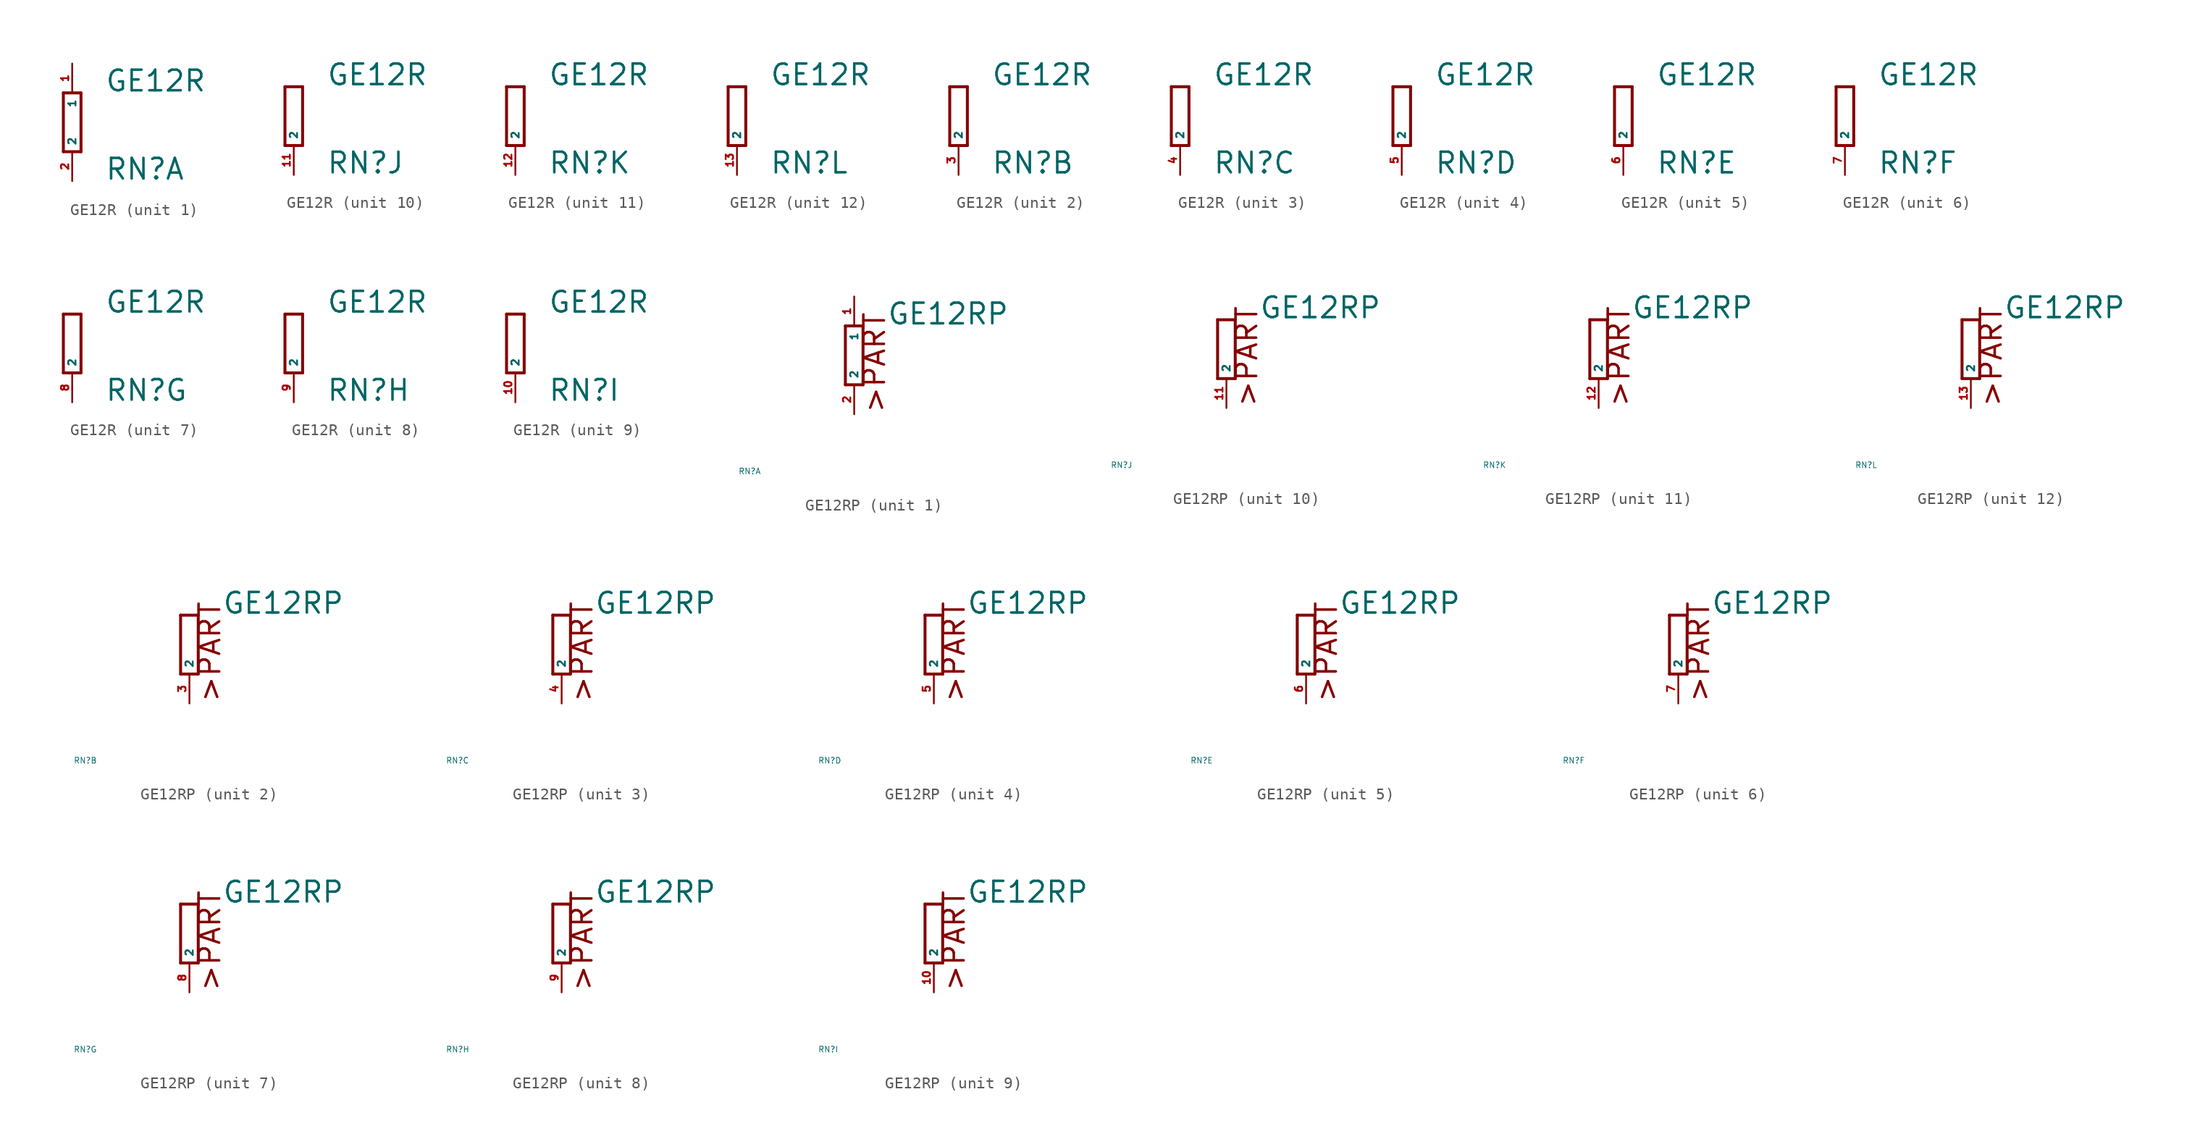
<source format=kicad_sym>
(kicad_symbol_lib
  (version 20220914)
  (generator Eagle2Kicad)
  (symbol "GE12R"
    (property "Reference" "RN"
      (at 2.794 -5.08 0)
      (effects (font (size 1.778 1.778) (thickness 0.22)) (justify left bottom)))
    (property "Value" "GE12R"
      (at 2.794 2.54 0)
      (effects (font (size 1.778 1.778) (thickness 0.22)) (justify left bottom)))
    (symbol "GE12R_1_0"
      (polyline (pts (xy 0.762 -2.54) (xy 0.762 2.54)) (stroke (width 0.254) (type default)) (fill (type none)))
      (polyline (pts (xy -0.762 2.54) (xy -0.762 -2.54)) (stroke (width 0.254) (type default)) (fill (type none)))
      (polyline (pts (xy 0.762 2.54) (xy -0.762 2.54)) (stroke (width 0.254) (type default)) (fill (type none)))
      (polyline (pts (xy -0.762 -2.54) (xy 0.762 -2.54)) (stroke (width 0.254) (type default)) (fill (type none)))
      (pin passive line (at 0 5.08 270) (length 2.54) (name "1" (effects (font (size 0.635 0.635) (thickness 0.08)) (justify left bottom))) (number "1" (effects (font (size 0.635 0.635) (thickness 0.08)) (justify left bottom))))
      (pin passive line (at 0 -5.08 90) (length 2.54) (name "2" (effects (font (size 0.635 0.635) (thickness 0.08)) (justify left bottom))) (number "2" (effects (font (size 0.635 0.635) (thickness 0.08)) (justify left bottom)))))
    (symbol "GE12R_2_0"
      (polyline (pts (xy -0.762 2.54) (xy -0.762 -2.54)) (stroke (width 0.254) (type default)) (fill (type none)))
      (polyline (pts (xy 0.762 -2.54) (xy 0.762 2.54)) (stroke (width 0.254) (type default)) (fill (type none)))
      (polyline (pts (xy -0.762 -2.54) (xy 0.762 -2.54)) (stroke (width 0.254) (type default)) (fill (type none)))
      (polyline (pts (xy 0.762 2.54) (xy -0.762 2.54)) (stroke (width 0.254) (type default)) (fill (type none)))
      (pin passive line (at 0 -5.08 90) (length 2.54) (name "2" (effects (font (size 0.635 0.635) (thickness 0.08)) (justify left bottom))) (number "3" (effects (font (size 0.635 0.635) (thickness 0.08)) (justify left bottom)))))
    (symbol "GE12R_3_0"
      (polyline (pts (xy -0.762 2.54) (xy -0.762 -2.54)) (stroke (width 0.254) (type default)) (fill (type none)))
      (polyline (pts (xy 0.762 -2.54) (xy 0.762 2.54)) (stroke (width 0.254) (type default)) (fill (type none)))
      (polyline (pts (xy -0.762 -2.54) (xy 0.762 -2.54)) (stroke (width 0.254) (type default)) (fill (type none)))
      (polyline (pts (xy 0.762 2.54) (xy -0.762 2.54)) (stroke (width 0.254) (type default)) (fill (type none)))
      (pin passive line (at 0 -5.08 90) (length 2.54) (name "2" (effects (font (size 0.635 0.635) (thickness 0.08)) (justify left bottom))) (number "4" (effects (font (size 0.635 0.635) (thickness 0.08)) (justify left bottom)))))
    (symbol "GE12R_4_0"
      (polyline (pts (xy -0.762 2.54) (xy -0.762 -2.54)) (stroke (width 0.254) (type default)) (fill (type none)))
      (polyline (pts (xy 0.762 -2.54) (xy 0.762 2.54)) (stroke (width 0.254) (type default)) (fill (type none)))
      (polyline (pts (xy -0.762 -2.54) (xy 0.762 -2.54)) (stroke (width 0.254) (type default)) (fill (type none)))
      (polyline (pts (xy 0.762 2.54) (xy -0.762 2.54)) (stroke (width 0.254) (type default)) (fill (type none)))
      (pin passive line (at 0 -5.08 90) (length 2.54) (name "2" (effects (font (size 0.635 0.635) (thickness 0.08)) (justify left bottom))) (number "5" (effects (font (size 0.635 0.635) (thickness 0.08)) (justify left bottom)))))
    (symbol "GE12R_5_0"
      (polyline (pts (xy -0.762 2.54) (xy -0.762 -2.54)) (stroke (width 0.254) (type default)) (fill (type none)))
      (polyline (pts (xy 0.762 -2.54) (xy 0.762 2.54)) (stroke (width 0.254) (type default)) (fill (type none)))
      (polyline (pts (xy -0.762 -2.54) (xy 0.762 -2.54)) (stroke (width 0.254) (type default)) (fill (type none)))
      (polyline (pts (xy 0.762 2.54) (xy -0.762 2.54)) (stroke (width 0.254) (type default)) (fill (type none)))
      (pin passive line (at 0 -5.08 90) (length 2.54) (name "2" (effects (font (size 0.635 0.635) (thickness 0.08)) (justify left bottom))) (number "6" (effects (font (size 0.635 0.635) (thickness 0.08)) (justify left bottom)))))
    (symbol "GE12R_6_0"
      (polyline (pts (xy -0.762 2.54) (xy -0.762 -2.54)) (stroke (width 0.254) (type default)) (fill (type none)))
      (polyline (pts (xy 0.762 -2.54) (xy 0.762 2.54)) (stroke (width 0.254) (type default)) (fill (type none)))
      (polyline (pts (xy -0.762 -2.54) (xy 0.762 -2.54)) (stroke (width 0.254) (type default)) (fill (type none)))
      (polyline (pts (xy 0.762 2.54) (xy -0.762 2.54)) (stroke (width 0.254) (type default)) (fill (type none)))
      (pin passive line (at 0 -5.08 90) (length 2.54) (name "2" (effects (font (size 0.635 0.635) (thickness 0.08)) (justify left bottom))) (number "7" (effects (font (size 0.635 0.635) (thickness 0.08)) (justify left bottom)))))
    (symbol "GE12R_7_0"
      (polyline (pts (xy -0.762 2.54) (xy -0.762 -2.54)) (stroke (width 0.254) (type default)) (fill (type none)))
      (polyline (pts (xy 0.762 -2.54) (xy 0.762 2.54)) (stroke (width 0.254) (type default)) (fill (type none)))
      (polyline (pts (xy -0.762 -2.54) (xy 0.762 -2.54)) (stroke (width 0.254) (type default)) (fill (type none)))
      (polyline (pts (xy 0.762 2.54) (xy -0.762 2.54)) (stroke (width 0.254) (type default)) (fill (type none)))
      (pin passive line (at 0 -5.08 90) (length 2.54) (name "2" (effects (font (size 0.635 0.635) (thickness 0.08)) (justify left bottom))) (number "8" (effects (font (size 0.635 0.635) (thickness 0.08)) (justify left bottom)))))
    (symbol "GE12R_8_0"
      (polyline (pts (xy -0.762 2.54) (xy -0.762 -2.54)) (stroke (width 0.254) (type default)) (fill (type none)))
      (polyline (pts (xy 0.762 -2.54) (xy 0.762 2.54)) (stroke (width 0.254) (type default)) (fill (type none)))
      (polyline (pts (xy -0.762 -2.54) (xy 0.762 -2.54)) (stroke (width 0.254) (type default)) (fill (type none)))
      (polyline (pts (xy 0.762 2.54) (xy -0.762 2.54)) (stroke (width 0.254) (type default)) (fill (type none)))
      (pin passive line (at 0 -5.08 90) (length 2.54) (name "2" (effects (font (size 0.635 0.635) (thickness 0.08)) (justify left bottom))) (number "9" (effects (font (size 0.635 0.635) (thickness 0.08)) (justify left bottom)))))
    (symbol "GE12R_9_0"
      (polyline (pts (xy -0.762 2.54) (xy -0.762 -2.54)) (stroke (width 0.254) (type default)) (fill (type none)))
      (polyline (pts (xy 0.762 -2.54) (xy 0.762 2.54)) (stroke (width 0.254) (type default)) (fill (type none)))
      (polyline (pts (xy -0.762 -2.54) (xy 0.762 -2.54)) (stroke (width 0.254) (type default)) (fill (type none)))
      (polyline (pts (xy 0.762 2.54) (xy -0.762 2.54)) (stroke (width 0.254) (type default)) (fill (type none)))
      (pin passive line (at 0 -5.08 90) (length 2.54) (name "2" (effects (font (size 0.635 0.635) (thickness 0.08)) (justify left bottom))) (number "10" (effects (font (size 0.635 0.635) (thickness 0.08)) (justify left bottom)))))
    (symbol "GE12R_10_0"
      (polyline (pts (xy -0.762 2.54) (xy -0.762 -2.54)) (stroke (width 0.254) (type default)) (fill (type none)))
      (polyline (pts (xy 0.762 -2.54) (xy 0.762 2.54)) (stroke (width 0.254) (type default)) (fill (type none)))
      (polyline (pts (xy -0.762 -2.54) (xy 0.762 -2.54)) (stroke (width 0.254) (type default)) (fill (type none)))
      (polyline (pts (xy 0.762 2.54) (xy -0.762 2.54)) (stroke (width 0.254) (type default)) (fill (type none)))
      (pin passive line (at 0 -5.08 90) (length 2.54) (name "2" (effects (font (size 0.635 0.635) (thickness 0.08)) (justify left bottom))) (number "11" (effects (font (size 0.635 0.635) (thickness 0.08)) (justify left bottom)))))
    (symbol "GE12R_11_0"
      (polyline (pts (xy -0.762 2.54) (xy -0.762 -2.54)) (stroke (width 0.254) (type default)) (fill (type none)))
      (polyline (pts (xy 0.762 -2.54) (xy 0.762 2.54)) (stroke (width 0.254) (type default)) (fill (type none)))
      (polyline (pts (xy -0.762 -2.54) (xy 0.762 -2.54)) (stroke (width 0.254) (type default)) (fill (type none)))
      (polyline (pts (xy 0.762 2.54) (xy -0.762 2.54)) (stroke (width 0.254) (type default)) (fill (type none)))
      (pin passive line (at 0 -5.08 90) (length 2.54) (name "2" (effects (font (size 0.635 0.635) (thickness 0.08)) (justify left bottom))) (number "12" (effects (font (size 0.635 0.635) (thickness 0.08)) (justify left bottom)))))
    (symbol "GE12R_12_0"
      (polyline (pts (xy -0.762 2.54) (xy -0.762 -2.54)) (stroke (width 0.254) (type default)) (fill (type none)))
      (polyline (pts (xy 0.762 -2.54) (xy 0.762 2.54)) (stroke (width 0.254) (type default)) (fill (type none)))
      (polyline (pts (xy -0.762 -2.54) (xy 0.762 -2.54)) (stroke (width 0.254) (type default)) (fill (type none)))
      (polyline (pts (xy 0.762 2.54) (xy -0.762 2.54)) (stroke (width 0.254) (type default)) (fill (type none)))
      (pin passive line (at 0 -5.08 90) (length 2.54) (name "2" (effects (font (size 0.635 0.635) (thickness 0.08)) (justify left bottom))) (number "13" (effects (font (size 0.635 0.635) (thickness 0.08)) (justify left bottom))))))
  (symbol "GE12RP"
    (property "Reference" "RN"
      (at -10 -10 0)
      (effects (font (size 0.5 0.5) (thickness 0.06)) (justify left)))
    (property "Value" "GE12RP"
      (at 2.794 2.54 0)
      (effects (font (size 1.778 1.778) (thickness 0.22)) (justify left bottom)))
    (symbol "GE12RP_1_0"
      (polyline (pts (xy 0.762 -2.54) (xy 0.762 2.54)) (stroke (width 0.254) (type default)) (fill (type none)))
      (polyline (pts (xy -0.762 2.54) (xy -0.762 -2.54)) (stroke (width 0.254) (type default)) (fill (type none)))
      (polyline (pts (xy 0.762 2.54) (xy -0.762 2.54)) (stroke (width 0.254) (type default)) (fill (type none)))
      (polyline (pts (xy -0.762 -2.54) (xy 0.762 -2.54)) (stroke (width 0.254) (type default)) (fill (type none)))
      (text ">PART" (at 2.794 -5.08 900) (effects (font (size 1.778 1.778) (thickness 0.22)) (justify left bottom)))
      (pin passive line (at 0 5.08 270) (length 2.54) (name "1" (effects (font (size 0.635 0.635) (thickness 0.08)) (justify left bottom))) (number "1" (effects (font (size 0.635 0.635) (thickness 0.08)) (justify left bottom))))
      (pin passive line (at 0 -5.08 90) (length 2.54) (name "2" (effects (font (size 0.635 0.635) (thickness 0.08)) (justify left bottom))) (number "2" (effects (font (size 0.635 0.635) (thickness 0.08)) (justify left bottom)))))
    (symbol "GE12RP_2_0"
      (polyline (pts (xy -0.762 2.54) (xy -0.762 -2.54)) (stroke (width 0.254) (type default)) (fill (type none)))
      (polyline (pts (xy 0.762 -2.54) (xy 0.762 2.54)) (stroke (width 0.254) (type default)) (fill (type none)))
      (polyline (pts (xy -0.762 -2.54) (xy 0.762 -2.54)) (stroke (width 0.254) (type default)) (fill (type none)))
      (polyline (pts (xy 0.762 2.54) (xy -0.762 2.54)) (stroke (width 0.254) (type default)) (fill (type none)))
      (text ">PART" (at 2.794 -5.08 900) (effects (font (size 1.778 1.778) (thickness 0.22)) (justify left bottom)))
      (pin passive line (at 0 -5.08 90) (length 2.54) (name "2" (effects (font (size 0.635 0.635) (thickness 0.08)) (justify left bottom))) (number "3" (effects (font (size 0.635 0.635) (thickness 0.08)) (justify left bottom)))))
    (symbol "GE12RP_3_0"
      (polyline (pts (xy -0.762 2.54) (xy -0.762 -2.54)) (stroke (width 0.254) (type default)) (fill (type none)))
      (polyline (pts (xy 0.762 -2.54) (xy 0.762 2.54)) (stroke (width 0.254) (type default)) (fill (type none)))
      (polyline (pts (xy -0.762 -2.54) (xy 0.762 -2.54)) (stroke (width 0.254) (type default)) (fill (type none)))
      (polyline (pts (xy 0.762 2.54) (xy -0.762 2.54)) (stroke (width 0.254) (type default)) (fill (type none)))
      (text ">PART" (at 2.794 -5.08 900) (effects (font (size 1.778 1.778) (thickness 0.22)) (justify left bottom)))
      (pin passive line (at 0 -5.08 90) (length 2.54) (name "2" (effects (font (size 0.635 0.635) (thickness 0.08)) (justify left bottom))) (number "4" (effects (font (size 0.635 0.635) (thickness 0.08)) (justify left bottom)))))
    (symbol "GE12RP_4_0"
      (polyline (pts (xy -0.762 2.54) (xy -0.762 -2.54)) (stroke (width 0.254) (type default)) (fill (type none)))
      (polyline (pts (xy 0.762 -2.54) (xy 0.762 2.54)) (stroke (width 0.254) (type default)) (fill (type none)))
      (polyline (pts (xy -0.762 -2.54) (xy 0.762 -2.54)) (stroke (width 0.254) (type default)) (fill (type none)))
      (polyline (pts (xy 0.762 2.54) (xy -0.762 2.54)) (stroke (width 0.254) (type default)) (fill (type none)))
      (text ">PART" (at 2.794 -5.08 900) (effects (font (size 1.778 1.778) (thickness 0.22)) (justify left bottom)))
      (pin passive line (at 0 -5.08 90) (length 2.54) (name "2" (effects (font (size 0.635 0.635) (thickness 0.08)) (justify left bottom))) (number "5" (effects (font (size 0.635 0.635) (thickness 0.08)) (justify left bottom)))))
    (symbol "GE12RP_5_0"
      (polyline (pts (xy -0.762 2.54) (xy -0.762 -2.54)) (stroke (width 0.254) (type default)) (fill (type none)))
      (polyline (pts (xy 0.762 -2.54) (xy 0.762 2.54)) (stroke (width 0.254) (type default)) (fill (type none)))
      (polyline (pts (xy -0.762 -2.54) (xy 0.762 -2.54)) (stroke (width 0.254) (type default)) (fill (type none)))
      (polyline (pts (xy 0.762 2.54) (xy -0.762 2.54)) (stroke (width 0.254) (type default)) (fill (type none)))
      (text ">PART" (at 2.794 -5.08 900) (effects (font (size 1.778 1.778) (thickness 0.22)) (justify left bottom)))
      (pin passive line (at 0 -5.08 90) (length 2.54) (name "2" (effects (font (size 0.635 0.635) (thickness 0.08)) (justify left bottom))) (number "6" (effects (font (size 0.635 0.635) (thickness 0.08)) (justify left bottom)))))
    (symbol "GE12RP_6_0"
      (polyline (pts (xy -0.762 2.54) (xy -0.762 -2.54)) (stroke (width 0.254) (type default)) (fill (type none)))
      (polyline (pts (xy 0.762 -2.54) (xy 0.762 2.54)) (stroke (width 0.254) (type default)) (fill (type none)))
      (polyline (pts (xy -0.762 -2.54) (xy 0.762 -2.54)) (stroke (width 0.254) (type default)) (fill (type none)))
      (polyline (pts (xy 0.762 2.54) (xy -0.762 2.54)) (stroke (width 0.254) (type default)) (fill (type none)))
      (text ">PART" (at 2.794 -5.08 900) (effects (font (size 1.778 1.778) (thickness 0.22)) (justify left bottom)))
      (pin passive line (at 0 -5.08 90) (length 2.54) (name "2" (effects (font (size 0.635 0.635) (thickness 0.08)) (justify left bottom))) (number "7" (effects (font (size 0.635 0.635) (thickness 0.08)) (justify left bottom)))))
    (symbol "GE12RP_7_0"
      (polyline (pts (xy -0.762 2.54) (xy -0.762 -2.54)) (stroke (width 0.254) (type default)) (fill (type none)))
      (polyline (pts (xy 0.762 -2.54) (xy 0.762 2.54)) (stroke (width 0.254) (type default)) (fill (type none)))
      (polyline (pts (xy -0.762 -2.54) (xy 0.762 -2.54)) (stroke (width 0.254) (type default)) (fill (type none)))
      (polyline (pts (xy 0.762 2.54) (xy -0.762 2.54)) (stroke (width 0.254) (type default)) (fill (type none)))
      (text ">PART" (at 2.794 -5.08 900) (effects (font (size 1.778 1.778) (thickness 0.22)) (justify left bottom)))
      (pin passive line (at 0 -5.08 90) (length 2.54) (name "2" (effects (font (size 0.635 0.635) (thickness 0.08)) (justify left bottom))) (number "8" (effects (font (size 0.635 0.635) (thickness 0.08)) (justify left bottom)))))
    (symbol "GE12RP_8_0"
      (polyline (pts (xy -0.762 2.54) (xy -0.762 -2.54)) (stroke (width 0.254) (type default)) (fill (type none)))
      (polyline (pts (xy 0.762 -2.54) (xy 0.762 2.54)) (stroke (width 0.254) (type default)) (fill (type none)))
      (polyline (pts (xy -0.762 -2.54) (xy 0.762 -2.54)) (stroke (width 0.254) (type default)) (fill (type none)))
      (polyline (pts (xy 0.762 2.54) (xy -0.762 2.54)) (stroke (width 0.254) (type default)) (fill (type none)))
      (text ">PART" (at 2.794 -5.08 900) (effects (font (size 1.778 1.778) (thickness 0.22)) (justify left bottom)))
      (pin passive line (at 0 -5.08 90) (length 2.54) (name "2" (effects (font (size 0.635 0.635) (thickness 0.08)) (justify left bottom))) (number "9" (effects (font (size 0.635 0.635) (thickness 0.08)) (justify left bottom)))))
    (symbol "GE12RP_9_0"
      (polyline (pts (xy -0.762 2.54) (xy -0.762 -2.54)) (stroke (width 0.254) (type default)) (fill (type none)))
      (polyline (pts (xy 0.762 -2.54) (xy 0.762 2.54)) (stroke (width 0.254) (type default)) (fill (type none)))
      (polyline (pts (xy -0.762 -2.54) (xy 0.762 -2.54)) (stroke (width 0.254) (type default)) (fill (type none)))
      (polyline (pts (xy 0.762 2.54) (xy -0.762 2.54)) (stroke (width 0.254) (type default)) (fill (type none)))
      (text ">PART" (at 2.794 -5.08 900) (effects (font (size 1.778 1.778) (thickness 0.22)) (justify left bottom)))
      (pin passive line (at 0 -5.08 90) (length 2.54) (name "2" (effects (font (size 0.635 0.635) (thickness 0.08)) (justify left bottom))) (number "10" (effects (font (size 0.635 0.635) (thickness 0.08)) (justify left bottom)))))
    (symbol "GE12RP_10_0"
      (polyline (pts (xy -0.762 2.54) (xy -0.762 -2.54)) (stroke (width 0.254) (type default)) (fill (type none)))
      (polyline (pts (xy 0.762 -2.54) (xy 0.762 2.54)) (stroke (width 0.254) (type default)) (fill (type none)))
      (polyline (pts (xy -0.762 -2.54) (xy 0.762 -2.54)) (stroke (width 0.254) (type default)) (fill (type none)))
      (polyline (pts (xy 0.762 2.54) (xy -0.762 2.54)) (stroke (width 0.254) (type default)) (fill (type none)))
      (text ">PART" (at 2.794 -5.08 900) (effects (font (size 1.778 1.778) (thickness 0.22)) (justify left bottom)))
      (pin passive line (at 0 -5.08 90) (length 2.54) (name "2" (effects (font (size 0.635 0.635) (thickness 0.08)) (justify left bottom))) (number "11" (effects (font (size 0.635 0.635) (thickness 0.08)) (justify left bottom)))))
    (symbol "GE12RP_11_0"
      (polyline (pts (xy -0.762 2.54) (xy -0.762 -2.54)) (stroke (width 0.254) (type default)) (fill (type none)))
      (polyline (pts (xy 0.762 -2.54) (xy 0.762 2.54)) (stroke (width 0.254) (type default)) (fill (type none)))
      (polyline (pts (xy -0.762 -2.54) (xy 0.762 -2.54)) (stroke (width 0.254) (type default)) (fill (type none)))
      (polyline (pts (xy 0.762 2.54) (xy -0.762 2.54)) (stroke (width 0.254) (type default)) (fill (type none)))
      (text ">PART" (at 2.794 -5.08 900) (effects (font (size 1.778 1.778) (thickness 0.22)) (justify left bottom)))
      (pin passive line (at 0 -5.08 90) (length 2.54) (name "2" (effects (font (size 0.635 0.635) (thickness 0.08)) (justify left bottom))) (number "12" (effects (font (size 0.635 0.635) (thickness 0.08)) (justify left bottom)))))
    (symbol "GE12RP_12_0"
      (polyline (pts (xy -0.762 2.54) (xy -0.762 -2.54)) (stroke (width 0.254) (type default)) (fill (type none)))
      (polyline (pts (xy 0.762 -2.54) (xy 0.762 2.54)) (stroke (width 0.254) (type default)) (fill (type none)))
      (polyline (pts (xy -0.762 -2.54) (xy 0.762 -2.54)) (stroke (width 0.254) (type default)) (fill (type none)))
      (polyline (pts (xy 0.762 2.54) (xy -0.762 2.54)) (stroke (width 0.254) (type default)) (fill (type none)))
      (text ">PART" (at 2.794 -5.08 900) (effects (font (size 1.778 1.778) (thickness 0.22)) (justify left bottom)))
      (pin passive line (at 0 -5.08 90) (length 2.54) (name "2" (effects (font (size 0.635 0.635) (thickness 0.08)) (justify left bottom))) (number "13" (effects (font (size 0.635 0.635) (thickness 0.08)) (justify left bottom)))))))
</source>
